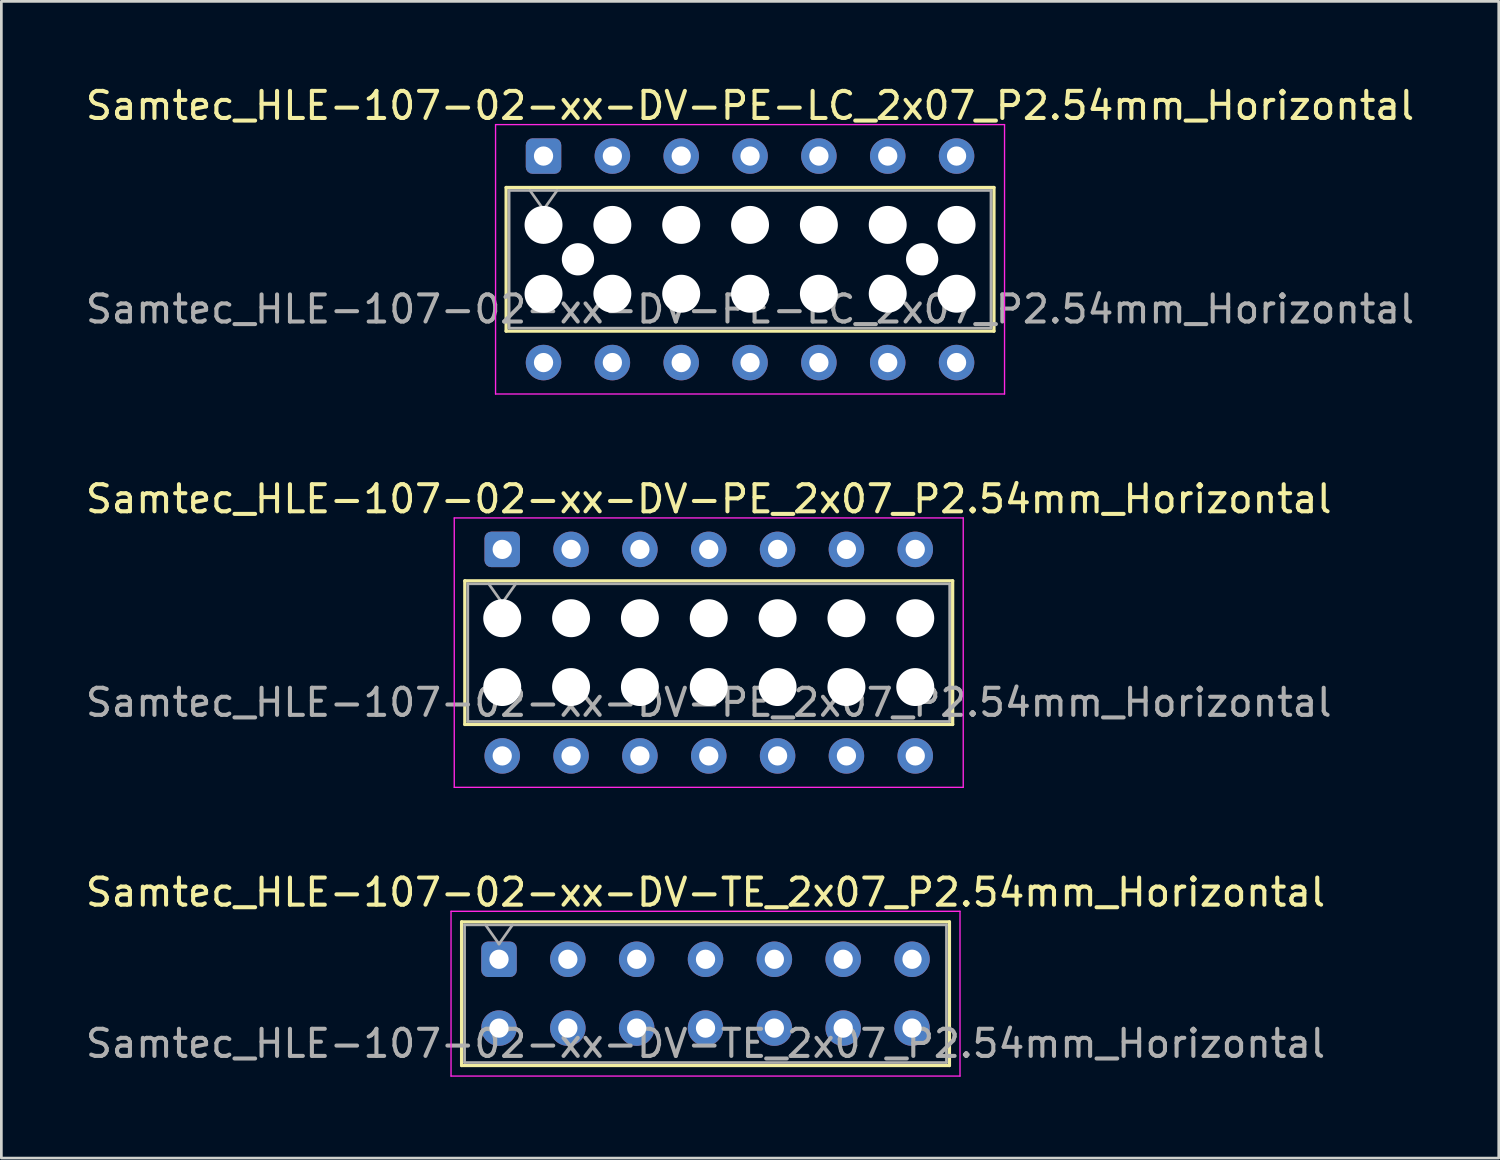
<source format=kicad_pcb>
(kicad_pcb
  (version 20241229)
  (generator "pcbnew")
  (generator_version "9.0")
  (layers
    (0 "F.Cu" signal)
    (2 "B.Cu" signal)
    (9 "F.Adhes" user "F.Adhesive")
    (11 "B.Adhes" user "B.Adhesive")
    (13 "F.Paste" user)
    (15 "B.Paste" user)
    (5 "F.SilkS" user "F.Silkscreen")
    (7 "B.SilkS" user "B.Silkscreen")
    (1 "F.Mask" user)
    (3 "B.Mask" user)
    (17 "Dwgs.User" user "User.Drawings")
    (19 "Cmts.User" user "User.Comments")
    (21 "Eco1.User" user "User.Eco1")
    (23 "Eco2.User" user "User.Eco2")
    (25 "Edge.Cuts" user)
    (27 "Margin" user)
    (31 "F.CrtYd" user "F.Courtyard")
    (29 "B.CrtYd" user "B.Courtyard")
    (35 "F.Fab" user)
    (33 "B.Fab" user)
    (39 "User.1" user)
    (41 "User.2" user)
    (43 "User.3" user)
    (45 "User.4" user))
  (footprint "Samtec_HLE-107-02-xx-DV-PE_2x07_P2.54mm_Horizontal"
    (layer "F.Cu")
    (at 15.481 17.221)
    (property "Reference" "Samtec_HLE-107-02-xx-DV-PE_2x07_P2.54mm_Horizontal" (at 7.62 -1.86 0) (layer "F.SilkS") (effects (font (size 1 1) (thickness 0.15))))
    (attr through_hole)
    (fp_line (start -1.38 1.16) (end 16.62 1.16) (stroke (width 0.12) (type solid)) (layer "F.SilkS"))
    (fp_line (start -1.38 6.46) (end -1.38 1.16) (stroke (width 0.12) (type solid)) (layer "F.SilkS"))
    (fp_line (start 16.62 1.16) (end 16.62 6.46) (stroke (width 0.12) (type solid)) (layer "F.SilkS"))
    (fp_line (start 16.62 6.46) (end -1.38 6.46) (stroke (width 0.12) (type solid)) (layer "F.SilkS"))
    (fp_line (start -1.77 -1.16) (end 17.01 -1.16) (stroke (width 0.05) (type solid)) (layer "F.CrtYd"))
    (fp_line (start -1.77 8.78) (end -1.77 -1.16) (stroke (width 0.05) (type solid)) (layer "F.CrtYd"))
    (fp_line (start 17.01 -1.16) (end 17.01 8.78) (stroke (width 0.05) (type solid)) (layer "F.CrtYd"))
    (fp_line (start 17.01 8.78) (end -1.77 8.78) (stroke (width 0.05) (type solid)) (layer "F.CrtYd"))
    (fp_line (start -1.27 1.27) (end 16.51 1.27) (stroke (width 0.1) (type solid)) (layer "F.Fab"))
    (fp_line (start -1.27 6.35) (end -1.27 1.27) (stroke (width 0.1) (type solid)) (layer "F.Fab"))
    (fp_line (start -0.5 1.27) (end 0 1.977) (stroke (width 0.1) (type solid)) (layer "F.Fab"))
    (fp_line (start 0 1.977) (end 0.5 1.27) (stroke (width 0.1) (type solid)) (layer "F.Fab"))
    (fp_line (start 16.51 1.27) (end 16.51 6.35) (stroke (width 0.1) (type solid)) (layer "F.Fab"))
    (fp_line (start 16.51 6.35) (end -1.27 6.35) (stroke (width 0.1) (type solid)) (layer "F.Fab"))
    (fp_text user "${REFERENCE}" (at 7.62 5.65 0) (layer "F.Fab") (effects (font (size 1 1) (thickness 0.15))))
    (pad "" np_thru_hole circle (at 0 2.54) (size 1.4 1.4) (drill 1.4) (layers "*.Cu" "*.Mask"))
    (pad "" np_thru_hole circle (at 0 5.08) (size 1.4 1.4) (drill 1.4) (layers "*.Cu" "*.Mask"))
    (pad "" np_thru_hole circle (at 2.54 2.54) (size 1.4 1.4) (drill 1.4) (layers "*.Cu" "*.Mask"))
    (pad "" np_thru_hole circle (at 2.54 5.08) (size 1.4 1.4) (drill 1.4) (layers "*.Cu" "*.Mask"))
    (pad "" np_thru_hole circle (at 5.08 2.54) (size 1.4 1.4) (drill 1.4) (layers "*.Cu" "*.Mask"))
    (pad "" np_thru_hole circle (at 5.08 5.08) (size 1.4 1.4) (drill 1.4) (layers "*.Cu" "*.Mask"))
    (pad "" np_thru_hole circle (at 7.62 2.54) (size 1.4 1.4) (drill 1.4) (layers "*.Cu" "*.Mask"))
    (pad "" np_thru_hole circle (at 7.62 5.08) (size 1.4 1.4) (drill 1.4) (layers "*.Cu" "*.Mask"))
    (pad "" np_thru_hole circle (at 10.16 2.54) (size 1.4 1.4) (drill 1.4) (layers "*.Cu" "*.Mask"))
    (pad "" np_thru_hole circle (at 10.16 5.08) (size 1.4 1.4) (drill 1.4) (layers "*.Cu" "*.Mask"))
    (pad "" np_thru_hole circle (at 12.7 2.54) (size 1.4 1.4) (drill 1.4) (layers "*.Cu" "*.Mask"))
    (pad "" np_thru_hole circle (at 12.7 5.08) (size 1.4 1.4) (drill 1.4) (layers "*.Cu" "*.Mask"))
    (pad "" np_thru_hole circle (at 15.24 2.54) (size 1.4 1.4) (drill 1.4) (layers "*.Cu" "*.Mask"))
    (pad "" np_thru_hole circle (at 15.24 5.08) (size 1.4 1.4) (drill 1.4) (layers "*.Cu" "*.Mask"))
    (pad "1" thru_hole roundrect (at 0 0) (size 1.31 1.31) (drill 0.71) (layers "*.Cu" "*.Mask") (roundrect_rratio 0.191))
    (pad "2" thru_hole circle (at 0 7.62) (size 1.31 1.31) (drill 0.71) (layers "*.Cu" "*.Mask"))
    (pad "3" thru_hole circle (at 2.54 0) (size 1.31 1.31) (drill 0.71) (layers "*.Cu" "*.Mask"))
    (pad "4" thru_hole circle (at 2.54 7.62) (size 1.31 1.31) (drill 0.71) (layers "*.Cu" "*.Mask"))
    (pad "5" thru_hole circle (at 5.08 0) (size 1.31 1.31) (drill 0.71) (layers "*.Cu" "*.Mask"))
    (pad "6" thru_hole circle (at 5.08 7.62) (size 1.31 1.31) (drill 0.71) (layers "*.Cu" "*.Mask"))
    (pad "7" thru_hole circle (at 7.62 0) (size 1.31 1.31) (drill 0.71) (layers "*.Cu" "*.Mask"))
    (pad "8" thru_hole circle (at 7.62 7.62) (size 1.31 1.31) (drill 0.71) (layers "*.Cu" "*.Mask"))
    (pad "9" thru_hole circle (at 10.16 0) (size 1.31 1.31) (drill 0.71) (layers "*.Cu" "*.Mask"))
    (pad "10" thru_hole circle (at 10.16 7.62) (size 1.31 1.31) (drill 0.71) (layers "*.Cu" "*.Mask"))
    (pad "11" thru_hole circle (at 12.7 0) (size 1.31 1.31) (drill 0.71) (layers "*.Cu" "*.Mask"))
    (pad "12" thru_hole circle (at 12.7 7.62) (size 1.31 1.31) (drill 0.71) (layers "*.Cu" "*.Mask"))
    (pad "13" thru_hole circle (at 15.24 0) (size 1.31 1.31) (drill 0.71) (layers "*.Cu" "*.Mask"))
    (pad "14" thru_hole circle (at 15.24 7.62) (size 1.31 1.31) (drill 0.71) (layers "*.Cu" "*.Mask")))
  (footprint "Samtec_HLE-107-02-xx-DV-PE-LC_2x07_P2.54mm_Horizontal"
    (layer "F.Cu")
    (at 17.005 2.708)
    (property "Reference" "Samtec_HLE-107-02-xx-DV-PE-LC_2x07_P2.54mm_Horizontal" (at 7.62 -1.86 0) (layer "F.SilkS") (effects (font (size 1 1) (thickness 0.15))))
    (attr through_hole)
    (fp_line (start -1.38 1.16) (end 16.62 1.16) (stroke (width 0.12) (type solid)) (layer "F.SilkS"))
    (fp_line (start -1.38 6.46) (end -1.38 1.16) (stroke (width 0.12) (type solid)) (layer "F.SilkS"))
    (fp_line (start 16.62 1.16) (end 16.62 6.46) (stroke (width 0.12) (type solid)) (layer "F.SilkS"))
    (fp_line (start 16.62 6.46) (end -1.38 6.46) (stroke (width 0.12) (type solid)) (layer "F.SilkS"))
    (fp_line (start -1.77 -1.16) (end 17.01 -1.16) (stroke (width 0.05) (type solid)) (layer "F.CrtYd"))
    (fp_line (start -1.77 8.78) (end -1.77 -1.16) (stroke (width 0.05) (type solid)) (layer "F.CrtYd"))
    (fp_line (start 17.01 -1.16) (end 17.01 8.78) (stroke (width 0.05) (type solid)) (layer "F.CrtYd"))
    (fp_line (start 17.01 8.78) (end -1.77 8.78) (stroke (width 0.05) (type solid)) (layer "F.CrtYd"))
    (fp_line (start -1.27 1.27) (end 16.51 1.27) (stroke (width 0.1) (type solid)) (layer "F.Fab"))
    (fp_line (start -1.27 6.35) (end -1.27 1.27) (stroke (width 0.1) (type solid)) (layer "F.Fab"))
    (fp_line (start -0.5 1.27) (end 0 1.977) (stroke (width 0.1) (type solid)) (layer "F.Fab"))
    (fp_line (start 0 1.977) (end 0.5 1.27) (stroke (width 0.1) (type solid)) (layer "F.Fab"))
    (fp_line (start 16.51 1.27) (end 16.51 6.35) (stroke (width 0.1) (type solid)) (layer "F.Fab"))
    (fp_line (start 16.51 6.35) (end -1.27 6.35) (stroke (width 0.1) (type solid)) (layer "F.Fab"))
    (fp_text user "${REFERENCE}" (at 7.62 5.65 0) (layer "F.Fab") (effects (font (size 1 1) (thickness 0.15))))
    (pad "" np_thru_hole circle (at 0 2.54) (size 1.4 1.4) (drill 1.4) (layers "*.Cu" "*.Mask"))
    (pad "" np_thru_hole circle (at 0 5.08) (size 1.4 1.4) (drill 1.4) (layers "*.Cu" "*.Mask"))
    (pad "" np_thru_hole circle (at 1.27 3.81) (size 1.19 1.19) (drill 1.19) (layers "*.Cu" "*.Mask"))
    (pad "" np_thru_hole circle (at 2.54 2.54) (size 1.4 1.4) (drill 1.4) (layers "*.Cu" "*.Mask"))
    (pad "" np_thru_hole circle (at 2.54 5.08) (size 1.4 1.4) (drill 1.4) (layers "*.Cu" "*.Mask"))
    (pad "" np_thru_hole circle (at 5.08 2.54) (size 1.4 1.4) (drill 1.4) (layers "*.Cu" "*.Mask"))
    (pad "" np_thru_hole circle (at 5.08 5.08) (size 1.4 1.4) (drill 1.4) (layers "*.Cu" "*.Mask"))
    (pad "" np_thru_hole circle (at 7.62 2.54) (size 1.4 1.4) (drill 1.4) (layers "*.Cu" "*.Mask"))
    (pad "" np_thru_hole circle (at 7.62 5.08) (size 1.4 1.4) (drill 1.4) (layers "*.Cu" "*.Mask"))
    (pad "" np_thru_hole circle (at 10.16 2.54) (size 1.4 1.4) (drill 1.4) (layers "*.Cu" "*.Mask"))
    (pad "" np_thru_hole circle (at 10.16 5.08) (size 1.4 1.4) (drill 1.4) (layers "*.Cu" "*.Mask"))
    (pad "" np_thru_hole circle (at 12.7 2.54) (size 1.4 1.4) (drill 1.4) (layers "*.Cu" "*.Mask"))
    (pad "" np_thru_hole circle (at 12.7 5.08) (size 1.4 1.4) (drill 1.4) (layers "*.Cu" "*.Mask"))
    (pad "" np_thru_hole circle (at 13.97 3.81) (size 1.19 1.19) (drill 1.19) (layers "*.Cu" "*.Mask"))
    (pad "" np_thru_hole circle (at 15.24 2.54) (size 1.4 1.4) (drill 1.4) (layers "*.Cu" "*.Mask"))
    (pad "" np_thru_hole circle (at 15.24 5.08) (size 1.4 1.4) (drill 1.4) (layers "*.Cu" "*.Mask"))
    (pad "1" thru_hole roundrect (at 0 0) (size 1.31 1.31) (drill 0.71) (layers "*.Cu" "*.Mask") (roundrect_rratio 0.191))
    (pad "2" thru_hole circle (at 0 7.62) (size 1.31 1.31) (drill 0.71) (layers "*.Cu" "*.Mask"))
    (pad "3" thru_hole circle (at 2.54 0) (size 1.31 1.31) (drill 0.71) (layers "*.Cu" "*.Mask"))
    (pad "4" thru_hole circle (at 2.54 7.62) (size 1.31 1.31) (drill 0.71) (layers "*.Cu" "*.Mask"))
    (pad "5" thru_hole circle (at 5.08 0) (size 1.31 1.31) (drill 0.71) (layers "*.Cu" "*.Mask"))
    (pad "6" thru_hole circle (at 5.08 7.62) (size 1.31 1.31) (drill 0.71) (layers "*.Cu" "*.Mask"))
    (pad "7" thru_hole circle (at 7.62 0) (size 1.31 1.31) (drill 0.71) (layers "*.Cu" "*.Mask"))
    (pad "8" thru_hole circle (at 7.62 7.62) (size 1.31 1.31) (drill 0.71) (layers "*.Cu" "*.Mask"))
    (pad "9" thru_hole circle (at 10.16 0) (size 1.31 1.31) (drill 0.71) (layers "*.Cu" "*.Mask"))
    (pad "10" thru_hole circle (at 10.16 7.62) (size 1.31 1.31) (drill 0.71) (layers "*.Cu" "*.Mask"))
    (pad "11" thru_hole circle (at 12.7 0) (size 1.31 1.31) (drill 0.71) (layers "*.Cu" "*.Mask"))
    (pad "12" thru_hole circle (at 12.7 7.62) (size 1.31 1.31) (drill 0.71) (layers "*.Cu" "*.Mask"))
    (pad "13" thru_hole circle (at 15.24 0) (size 1.31 1.31) (drill 0.71) (layers "*.Cu" "*.Mask"))
    (pad "14" thru_hole circle (at 15.24 7.62) (size 1.31 1.31) (drill 0.71) (layers "*.Cu" "*.Mask")))
  (footprint "Samtec_HLE-107-02-xx-DV-TE_2x07_P2.54mm_Horizontal"
    (layer "F.Cu")
    (at 15.362 32.345)
    (property "Reference" "Samtec_HLE-107-02-xx-DV-TE_2x07_P2.54mm_Horizontal" (at 7.62 -2.47 0) (layer "F.SilkS") (effects (font (size 1 1) (thickness 0.15))))
    (attr through_hole)
    (fp_line (start -1.38 -1.38) (end 16.62 -1.38) (stroke (width 0.12) (type solid)) (layer "F.SilkS"))
    (fp_line (start -1.38 3.92) (end -1.38 -1.38) (stroke (width 0.12) (type solid)) (layer "F.SilkS"))
    (fp_line (start 16.62 -1.38) (end 16.62 3.92) (stroke (width 0.12) (type solid)) (layer "F.SilkS"))
    (fp_line (start 16.62 3.92) (end -1.38 3.92) (stroke (width 0.12) (type solid)) (layer "F.SilkS"))
    (fp_line (start -1.77 -1.77) (end 17.01 -1.77) (stroke (width 0.05) (type solid)) (layer "F.CrtYd"))
    (fp_line (start -1.77 4.31) (end -1.77 -1.77) (stroke (width 0.05) (type solid)) (layer "F.CrtYd"))
    (fp_line (start 17.01 -1.77) (end 17.01 4.31) (stroke (width 0.05) (type solid)) (layer "F.CrtYd"))
    (fp_line (start 17.01 4.31) (end -1.77 4.31) (stroke (width 0.05) (type solid)) (layer "F.CrtYd"))
    (fp_line (start -1.27 -1.27) (end 16.51 -1.27) (stroke (width 0.1) (type solid)) (layer "F.Fab"))
    (fp_line (start -1.27 3.81) (end -1.27 -1.27) (stroke (width 0.1) (type solid)) (layer "F.Fab"))
    (fp_line (start -0.5 -1.27) (end 0 -0.563) (stroke (width 0.1) (type solid)) (layer "F.Fab"))
    (fp_line (start 0 -0.563) (end 0.5 -1.27) (stroke (width 0.1) (type solid)) (layer "F.Fab"))
    (fp_line (start 16.51 -1.27) (end 16.51 3.81) (stroke (width 0.1) (type solid)) (layer "F.Fab"))
    (fp_line (start 16.51 3.81) (end -1.27 3.81) (stroke (width 0.1) (type solid)) (layer "F.Fab"))
    (fp_text user "${REFERENCE}" (at 7.62 3.11 0) (layer "F.Fab") (effects (font (size 1 1) (thickness 0.15))))
    (pad "1" thru_hole roundrect (at 0 0) (size 1.31 1.31) (drill 0.71) (layers "*.Cu" "*.Mask") (roundrect_rratio 0.191))
    (pad "2" thru_hole circle (at 0 2.54) (size 1.31 1.31) (drill 0.71) (layers "*.Cu" "*.Mask"))
    (pad "3" thru_hole circle (at 2.54 0) (size 1.31 1.31) (drill 0.71) (layers "*.Cu" "*.Mask"))
    (pad "4" thru_hole circle (at 2.54 2.54) (size 1.31 1.31) (drill 0.71) (layers "*.Cu" "*.Mask"))
    (pad "5" thru_hole circle (at 5.08 0) (size 1.31 1.31) (drill 0.71) (layers "*.Cu" "*.Mask"))
    (pad "6" thru_hole circle (at 5.08 2.54) (size 1.31 1.31) (drill 0.71) (layers "*.Cu" "*.Mask"))
    (pad "7" thru_hole circle (at 7.62 0) (size 1.31 1.31) (drill 0.71) (layers "*.Cu" "*.Mask"))
    (pad "8" thru_hole circle (at 7.62 2.54) (size 1.31 1.31) (drill 0.71) (layers "*.Cu" "*.Mask"))
    (pad "9" thru_hole circle (at 10.16 0) (size 1.31 1.31) (drill 0.71) (layers "*.Cu" "*.Mask"))
    (pad "10" thru_hole circle (at 10.16 2.54) (size 1.31 1.31) (drill 0.71) (layers "*.Cu" "*.Mask"))
    (pad "11" thru_hole circle (at 12.7 0) (size 1.31 1.31) (drill 0.71) (layers "*.Cu" "*.Mask"))
    (pad "12" thru_hole circle (at 12.7 2.54) (size 1.31 1.31) (drill 0.71) (layers "*.Cu" "*.Mask"))
    (pad "13" thru_hole circle (at 15.24 0) (size 1.31 1.31) (drill 0.71) (layers "*.Cu" "*.Mask"))
    (pad "14" thru_hole circle (at 15.24 2.54) (size 1.31 1.31) (drill 0.71) (layers "*.Cu" "*.Mask")))
  (gr_rect
    (start -3 -3)
    (end 52.25 39.68)
    (stroke (width 0.1) (type default))
    (fill no)
    (layer "Edge.Cuts")))
</source>
